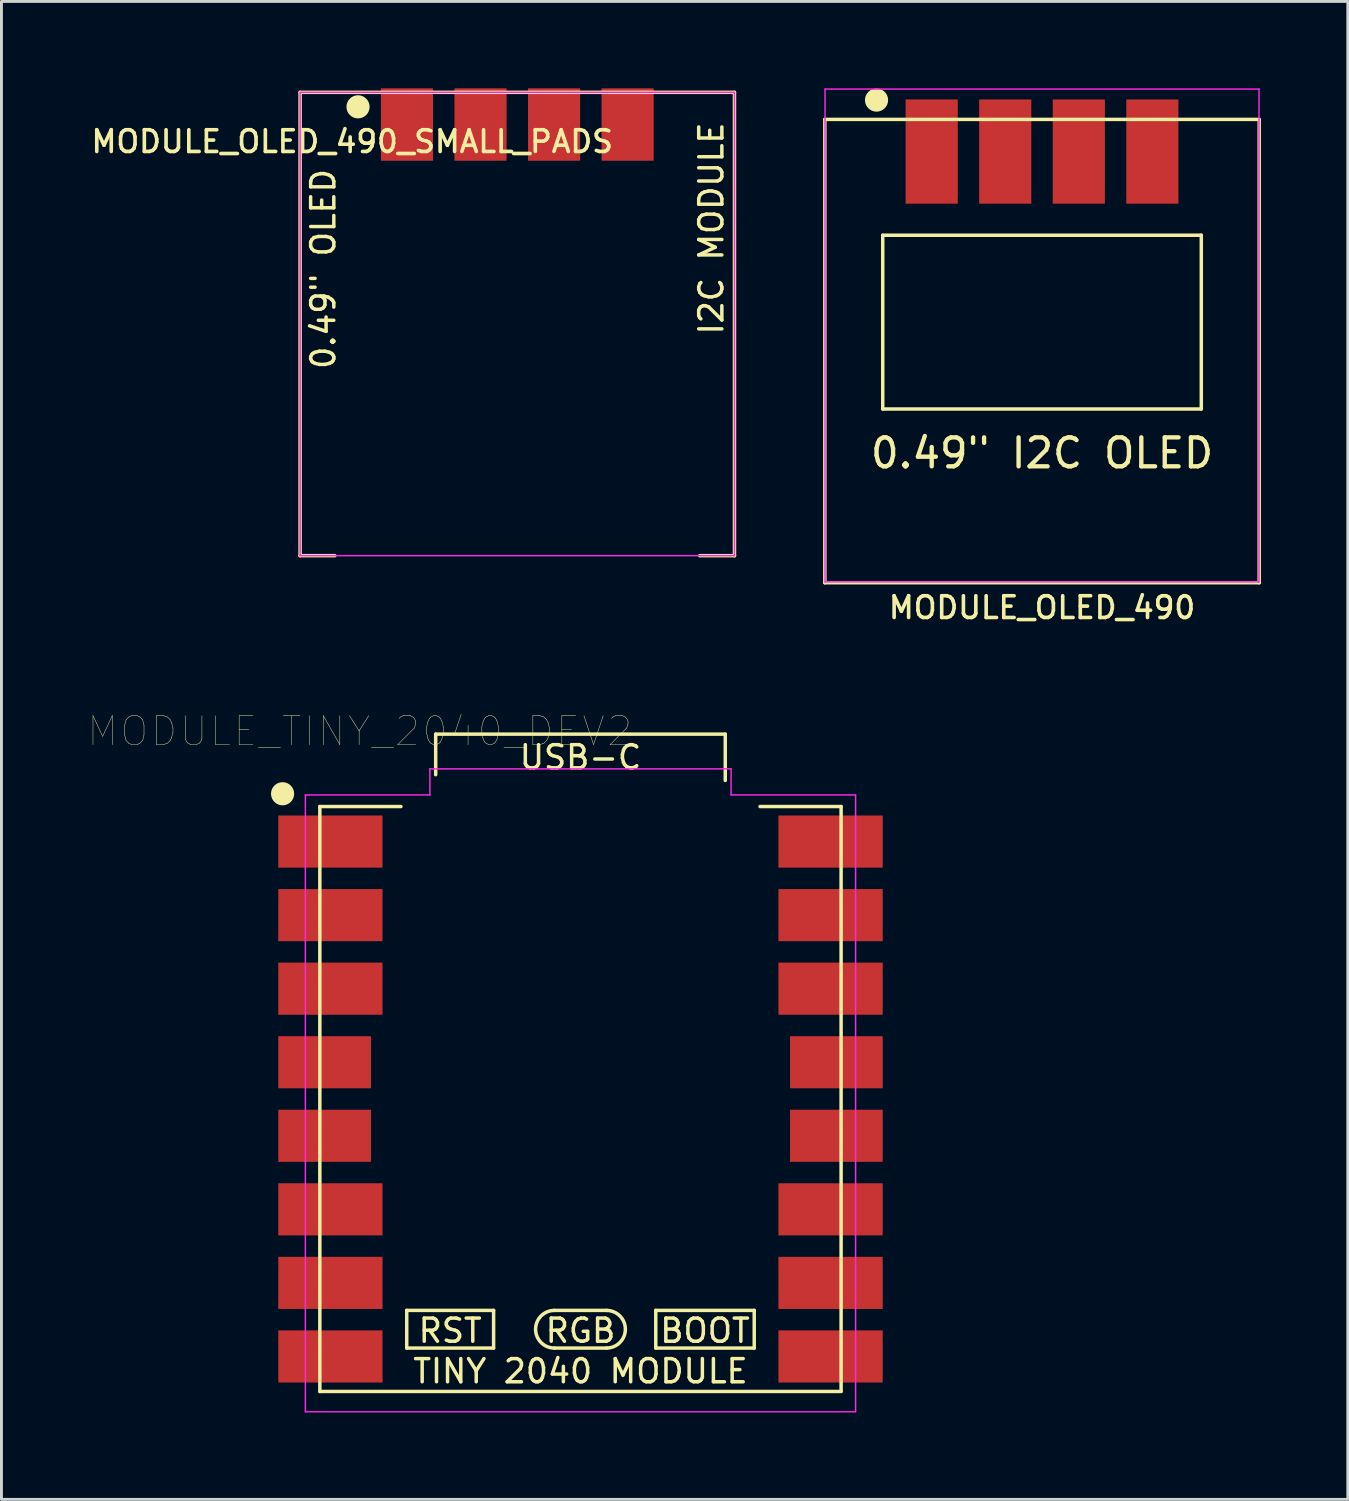
<source format=kicad_pcb>
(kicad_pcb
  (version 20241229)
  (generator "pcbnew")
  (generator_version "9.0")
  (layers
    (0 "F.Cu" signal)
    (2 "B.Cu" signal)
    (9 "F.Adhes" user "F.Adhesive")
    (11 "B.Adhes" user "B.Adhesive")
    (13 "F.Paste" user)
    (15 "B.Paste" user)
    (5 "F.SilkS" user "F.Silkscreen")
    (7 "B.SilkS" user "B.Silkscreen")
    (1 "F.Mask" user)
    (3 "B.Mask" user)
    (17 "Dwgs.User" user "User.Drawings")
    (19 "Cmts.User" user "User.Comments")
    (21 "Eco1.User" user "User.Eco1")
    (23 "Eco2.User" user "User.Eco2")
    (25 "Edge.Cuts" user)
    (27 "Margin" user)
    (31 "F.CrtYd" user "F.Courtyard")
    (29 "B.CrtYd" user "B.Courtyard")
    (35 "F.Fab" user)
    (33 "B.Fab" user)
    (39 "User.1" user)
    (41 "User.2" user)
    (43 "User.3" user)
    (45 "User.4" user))
  (footprint "MODULE_OLED_490"
    (layer "F.Cu")
    (at 32.933 3.073)
    (property "Reference" "MODULE_OLED_490" (at 0 14.859 180) (layer "F.SilkS") (effects (font (size 0.75 0.75) (thickness 0.125))))
    (attr through_hole)
    (fp_line (start -7.5 -2) (end -7.5 14) (stroke (width 0.12) (type solid)) (layer "F.SilkS"))
    (fp_line (start -5.5 2) (end -5.5 8) (stroke (width 0.12) (type solid)) (layer "F.SilkS"))
    (fp_line (start -5.5 8) (end 5.5 8) (stroke (width 0.12) (type solid)) (layer "F.SilkS"))
    (fp_line (start 5.5 2) (end -5.5 2) (stroke (width 0.12) (type solid)) (layer "F.SilkS"))
    (fp_line (start 5.5 8) (end 5.5 2) (stroke (width 0.12) (type solid)) (layer "F.SilkS"))
    (fp_line (start 7.5 -2) (end -7.5 -2) (stroke (width 0.12) (type solid)) (layer "F.SilkS"))
    (fp_line (start 7.5 -2) (end 7.5 14) (stroke (width 0.12) (type solid)) (layer "F.SilkS"))
    (fp_line (start 7.5 14) (end -7.5 14) (stroke (width 0.12) (type solid)) (layer "F.SilkS"))
    (fp_circle (center -5.715 -2.667) (end -5.915 -2.667) (stroke (width 0.4) (type solid)) (fill no) (layer "F.SilkS"))
    (fp_line (start -7.493 13.97) (end -7.493 -3.048) (stroke (width 0.05) (type solid)) (layer "F.CrtYd"))
    (fp_line (start -7.493 13.97) (end 7.493 13.97) (stroke (width 0.05) (type solid)) (layer "F.CrtYd"))
    (fp_line (start 7.493 -3.048) (end -7.493 -3.048) (stroke (width 0.05) (type solid)) (layer "F.CrtYd"))
    (fp_line (start 7.493 13.97) (end 7.493 -3.048) (stroke (width 0.05) (type solid)) (layer "F.CrtYd"))
    (fp_text user "0.49\" I2C OLED" (at 0 9.525 180) (layer "F.SilkS") (effects (font (size 1 1) (thickness 0.15))))
    (pad "1" smd rect (at -3.81 -0.889 180) (size 1.8 3.6) (layers "F.Cu" "F.Mask" "F.Paste"))
    (pad "2" smd rect (at -1.27 -0.889 180) (size 1.8 3.6) (layers "F.Cu" "F.Mask" "F.Paste"))
    (pad "3" smd rect (at 1.27 -0.889 180) (size 1.8 3.6) (layers "F.Cu" "F.Mask" "F.Paste"))
    (pad "4" smd rect (at 3.81 -0.889 180) (size 1.8 3.6) (layers "F.Cu" "F.Mask" "F.Paste")))
  (footprint "MODULE_TINY_2040_DEV2"
    (layer "F.Cu")
    (at 16.995 34.901)
    (property "Reference" "MODULE_TINY_2040_DEV2" (at -7.62 -12.7 0) (layer "F.SilkS") (effects (font (size 1 1) (thickness 0.015))))
    (attr through_hole)
    (fp_line (start -9 -10.1) (end -6.2 -10.1) (stroke (width 0.12) (type solid)) (layer "F.SilkS"))
    (fp_line (start -9 10.1) (end -9 -10.1) (stroke (width 0.12) (type solid)) (layer "F.SilkS"))
    (fp_line (start -6 7.3) (end -3 7.3) (stroke (width 0.12) (type solid)) (layer "F.SilkS"))
    (fp_line (start -6 8.6) (end -6 7.3) (stroke (width 0.12) (type solid)) (layer "F.SilkS"))
    (fp_line (start -5 -12.6) (end 5 -12.6) (stroke (width 0.12) (type solid)) (layer "F.SilkS"))
    (fp_line (start -5 -11.2) (end -5 -12.6) (stroke (width 0.12) (type solid)) (layer "F.SilkS"))
    (fp_line (start -3 7.3) (end -3 8.6) (stroke (width 0.12) (type solid)) (layer "F.SilkS"))
    (fp_line (start -3 8.6) (end -6 8.6) (stroke (width 0.12) (type solid)) (layer "F.SilkS"))
    (fp_line (start -0.9 7.3) (end 0.9 7.3) (stroke (width 0.12) (type solid)) (layer "F.SilkS"))
    (fp_line (start 0.9 8.6) (end -0.9 8.6) (stroke (width 0.12) (type solid)) (layer "F.SilkS"))
    (fp_line (start 2.6 7.3) (end 6 7.3) (stroke (width 0.12) (type solid)) (layer "F.SilkS"))
    (fp_line (start 2.6 8.6) (end 2.6 7.3) (stroke (width 0.12) (type solid)) (layer "F.SilkS"))
    (fp_line (start 5 -11) (end 5 -12.6) (stroke (width 0.12) (type solid)) (layer "F.SilkS"))
    (fp_line (start 6 7.3) (end 6 8.6) (stroke (width 0.12) (type solid)) (layer "F.SilkS"))
    (fp_line (start 6 8.6) (end 2.6 8.6) (stroke (width 0.12) (type solid)) (layer "F.SilkS"))
    (fp_line (start 6.2 -10.1) (end 9 -10.1) (stroke (width 0.12) (type solid)) (layer "F.SilkS"))
    (fp_line (start 9 -10.1) (end 9 10.09) (stroke (width 0.12) (type solid)) (layer "F.SilkS"))
    (fp_line (start 9 10.1) (end -9 10.1) (stroke (width 0.12) (type solid)) (layer "F.SilkS"))
    (fp_arc (start -0.9 8.6) (mid -1.55 7.95) (end -0.9 7.3) (stroke (width 0.12) (type solid)) (layer "F.SilkS"))
    (fp_arc (start 0.9 7.3) (mid 1.55 7.95) (end 0.9 8.6) (stroke (width 0.12) (type solid)) (layer "F.SilkS"))
    (fp_circle (center -10.287 -10.541) (end -10.287 -10.341) (stroke (width 0.4) (type solid)) (fill no) (layer "F.SilkS"))
    (fp_line (start -9.5 -10.5) (end -9.5 10.8) (stroke (width 0.05) (type solid)) (layer "F.CrtYd"))
    (fp_line (start -9.5 -10.5) (end -5.2 -10.5) (stroke (width 0.05) (type solid)) (layer "F.CrtYd"))
    (fp_line (start -9.5 10.8) (end 9.5 10.8) (stroke (width 0.05) (type solid)) (layer "F.CrtYd"))
    (fp_line (start -5.2 -10.5) (end -5.2 -11.4) (stroke (width 0.05) (type solid)) (layer "F.CrtYd"))
    (fp_line (start 5.2 -11.4) (end -5.2 -11.4) (stroke (width 0.05) (type solid)) (layer "F.CrtYd"))
    (fp_line (start 5.2 -10.5) (end 5.2 -11.4) (stroke (width 0.05) (type solid)) (layer "F.CrtYd"))
    (fp_line (start 5.2 -10.5) (end 9.5 -10.5) (stroke (width 0.05) (type solid)) (layer "F.CrtYd"))
    (fp_line (start 9.5 10.8) (end 9.5 -10.5) (stroke (width 0.05) (type solid)) (layer "F.CrtYd"))
    (fp_text user "BOOT" (at 4.3 8 0) (layer "F.SilkS") (effects (font (size 0.8 0.8) (thickness 0.12))))
    (fp_text user "USB-C" (at 0 -11.8 0) (layer "F.SilkS") (effects (font (size 0.8 0.8) (thickness 0.12))))
    (fp_text user "TINY 2040 MODULE" (at 0 9.4 0) (layer "F.SilkS") (effects (font (size 0.8 0.8) (thickness 0.12))))
    (fp_text user "RGB" (at 0 8 0) (layer "F.SilkS") (effects (font (size 0.8 0.8) (thickness 0.12))))
    (fp_text user "RST" (at -4.5 8 0) (layer "F.SilkS") (effects (font (size 0.8 0.8) (thickness 0.12))))
    (pad "1" smd rect (at -8.636 -8.89 270) (size 1.8 3.6) (layers "F.Cu" "F.Mask" "F.Paste"))
    (pad "2" smd rect (at -8.636 -6.35 270) (size 1.8 3.6) (layers "F.Cu" "F.Mask" "F.Paste"))
    (pad "3" smd rect (at -8.636 -3.81 270) (size 1.8 3.6) (layers "F.Cu" "F.Mask" "F.Paste"))
    (pad "4" smd rect (at -8.836 -1.27 270) (size 1.8 3.2) (layers "F.Cu" "F.Mask" "F.Paste"))
    (pad "5" smd rect (at -8.836 1.27 270) (size 1.8 3.2) (layers "F.Cu" "F.Mask" "F.Paste"))
    (pad "6" smd rect (at -8.636 3.81 270) (size 1.8 3.6) (layers "F.Cu" "F.Mask" "F.Paste"))
    (pad "7" smd rect (at -8.636 6.35 270) (size 1.8 3.6) (layers "F.Cu" "F.Mask" "F.Paste"))
    (pad "8" smd rect (at -8.636 8.89 270) (size 1.8 3.6) (layers "F.Cu" "F.Mask" "F.Paste"))
    (pad "9" smd rect (at 8.636 8.89 270) (size 1.8 3.6) (layers "F.Cu" "F.Mask" "F.Paste"))
    (pad "10" smd rect (at 8.636 6.35 270) (size 1.8 3.6) (layers "F.Cu" "F.Mask" "F.Paste"))
    (pad "11" smd rect (at 8.636 3.81 270) (size 1.8 3.6) (layers "F.Cu" "F.Mask" "F.Paste"))
    (pad "12" smd rect (at 8.836 1.27 270) (size 1.8 3.2) (layers "F.Cu" "F.Mask" "F.Paste"))
    (pad "13" smd rect (at 8.836 -1.27 270) (size 1.8 3.2) (layers "F.Cu" "F.Mask" "F.Paste"))
    (pad "14" smd rect (at 8.636 -3.81 270) (size 1.8 3.6) (layers "F.Cu" "F.Mask" "F.Paste"))
    (pad "15" smd rect (at 8.636 -6.35 270) (size 1.8 3.6) (layers "F.Cu" "F.Mask" "F.Paste"))
    (pad "16" smd rect (at 8.636 -8.89 270) (size 1.8 3.6) (layers "F.Cu" "F.Mask" "F.Paste")))
  (footprint "MODULE_OLED_490_SMALL_PADS"
    (layer "F.Cu")
    (at 14.813 2.139)
    (property "Reference" "MODULE_OLED_490_SMALL_PADS" (at -5.7 -0.3 180) (layer "F.SilkS") (effects (font (size 0.75 0.75) (thickness 0.125))))
    (attr through_hole)
    (fp_line (start -7.5 -2) (end -7.5 14) (stroke (width 0.12) (type solid)) (layer "F.SilkS"))
    (fp_line (start -6.3 14) (end -7.5 14) (stroke (width 0.12) (type solid)) (layer "F.SilkS"))
    (fp_line (start 7.5 -2) (end -7.5 -2) (stroke (width 0.12) (type solid)) (layer "F.SilkS"))
    (fp_line (start 7.5 -2) (end 7.5 14) (stroke (width 0.12) (type solid)) (layer "F.SilkS"))
    (fp_line (start 7.5 14) (end 6.3 14) (stroke (width 0.12) (type solid)) (layer "F.SilkS"))
    (fp_circle (center -5.5 -1.5) (end -5.7 -1.5) (stroke (width 0.4) (type solid)) (fill no) (layer "F.SilkS"))
    (fp_line (start -7.5 14) (end -7.5 -2) (stroke (width 0.05) (type solid)) (layer "F.CrtYd"))
    (fp_line (start -7.5 14) (end 7.5 14) (stroke (width 0.05) (type solid)) (layer "F.CrtYd"))
    (fp_line (start 7.5 -2) (end -7.5 -2) (stroke (width 0.05) (type solid)) (layer "F.CrtYd"))
    (fp_line (start 7.5 14) (end 7.5 -2) (stroke (width 0.05) (type solid)) (layer "F.CrtYd"))
    (fp_text user "I2C MODULE" (at 6.7 2.7 90) (layer "F.SilkS") (effects (font (size 0.8 0.8) (thickness 0.12))))
    (fp_text user "0.49\" OLED" (at -6.7 4.1 90) (layer "F.SilkS") (effects (font (size 0.8 0.8) (thickness 0.12))))
    (pad "1" smd rect (at -3.81 -0.889 180) (size 1.8 2.5) (layers "F.Cu" "F.Mask" "F.Paste"))
    (pad "2" smd rect (at -1.27 -0.889 180) (size 1.8 2.5) (layers "F.Cu" "F.Mask" "F.Paste"))
    (pad "3" smd rect (at 1.27 -0.889 180) (size 1.8 2.5) (layers "F.Cu" "F.Mask" "F.Paste"))
    (pad "4" smd rect (at 3.81 -0.889 180) (size 1.8 2.5) (layers "F.Cu" "F.Mask" "F.Paste")))
  (gr_rect
    (start -3 -3)
    (end 43.493 48.726)
    (stroke (width 0.1) (type default))
    (fill no)
    (layer "Edge.Cuts")))
</source>
